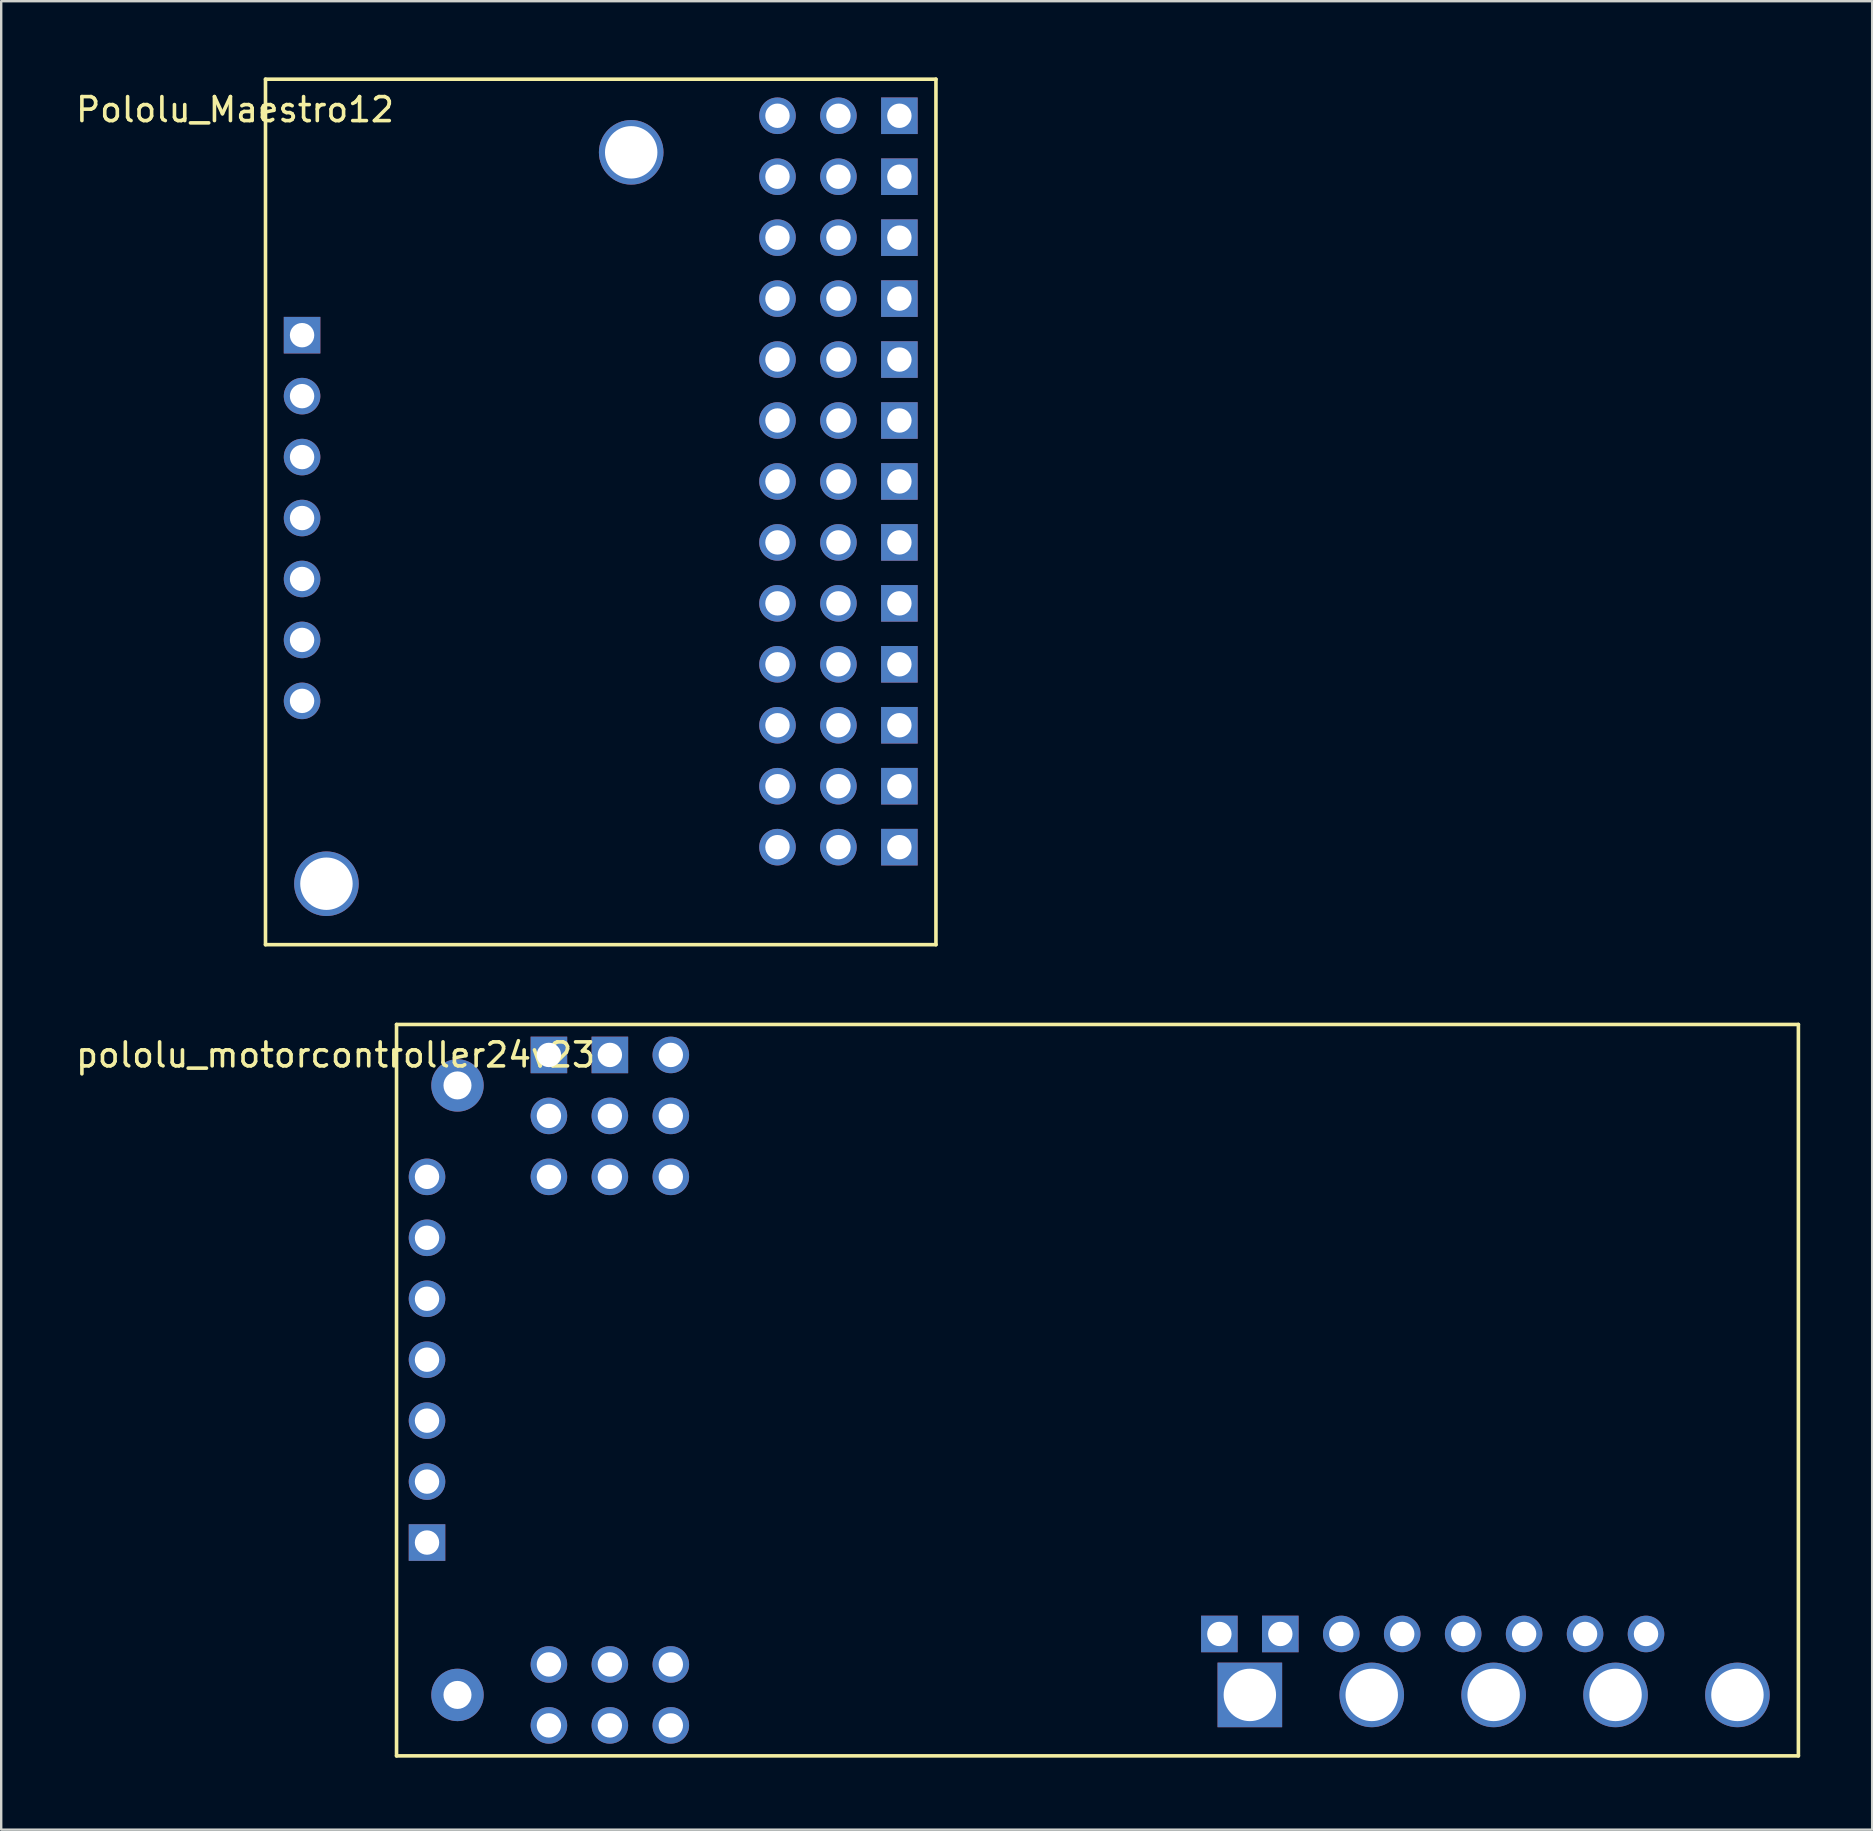
<source format=kicad_pcb>
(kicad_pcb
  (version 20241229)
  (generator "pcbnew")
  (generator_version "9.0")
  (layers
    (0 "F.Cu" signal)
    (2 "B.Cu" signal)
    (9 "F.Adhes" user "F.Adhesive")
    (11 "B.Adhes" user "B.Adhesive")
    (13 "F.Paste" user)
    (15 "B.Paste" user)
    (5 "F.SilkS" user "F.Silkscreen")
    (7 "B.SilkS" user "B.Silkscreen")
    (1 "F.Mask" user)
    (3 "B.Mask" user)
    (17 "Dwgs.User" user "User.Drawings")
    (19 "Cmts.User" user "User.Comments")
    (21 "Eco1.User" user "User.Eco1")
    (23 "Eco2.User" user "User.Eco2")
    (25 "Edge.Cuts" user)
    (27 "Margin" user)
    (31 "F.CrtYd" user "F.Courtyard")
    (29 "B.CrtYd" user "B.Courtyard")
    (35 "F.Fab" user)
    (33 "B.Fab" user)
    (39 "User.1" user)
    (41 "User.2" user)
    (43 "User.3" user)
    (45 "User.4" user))
  (footprint "Pololu_Maestro12"
    (layer "F.Cu")
    (at 8.014 0.25)
    (property "Reference" "Pololu_Maestro12" (at -1.27 1.27 0) (layer "F.SilkS") (effects (font (size 1 1) (thickness 0.15))))
    (attr through_hole)
    (fp_line (start 0 0) (end 0 36.068) (stroke (width 0.15) (type solid)) (layer "F.SilkS"))
    (fp_line (start 0 0) (end 27.94 0) (stroke (width 0.15) (type solid)) (layer "F.SilkS"))
    (fp_line (start 0 36.068) (end 27.94 36.068) (stroke (width 0.15) (type solid)) (layer "F.SilkS"))
    (fp_line (start 27.94 0) (end 27.94 36.068) (stroke (width 0.15) (type solid)) (layer "F.SilkS"))
    (pad "" np_thru_hole circle (at 2.54 33.528) (size 2.692 2.692) (drill 2.184) (layers "*.Cu" "*.Mask"))
    (pad "" np_thru_hole circle (at 15.24 3.048) (size 2.692 2.692) (drill 2.184) (layers "*.Cu" "*.Mask"))
    (pad "" thru_hole circle (at 23.876 1.524) (size 1.524 1.524) (drill 1.016) (layers "*.Cu" "*.Mask"))
    (pad "" thru_hole circle (at 23.876 4.064) (size 1.524 1.524) (drill 1.016) (layers "*.Cu" "*.Mask"))
    (pad "" thru_hole circle (at 23.876 6.604) (size 1.524 1.524) (drill 1.016) (layers "*.Cu" "*.Mask"))
    (pad "" thru_hole circle (at 23.876 9.144) (size 1.524 1.524) (drill 1.016) (layers "*.Cu" "*.Mask"))
    (pad "" thru_hole circle (at 23.876 11.684) (size 1.524 1.524) (drill 1.016) (layers "*.Cu" "*.Mask"))
    (pad "" thru_hole circle (at 23.876 14.224) (size 1.524 1.524) (drill 1.016) (layers "*.Cu" "*.Mask"))
    (pad "" thru_hole circle (at 23.876 16.764) (size 1.524 1.524) (drill 1.016) (layers "*.Cu" "*.Mask"))
    (pad "" thru_hole circle (at 23.876 19.304) (size 1.524 1.524) (drill 1.016) (layers "*.Cu" "*.Mask"))
    (pad "" thru_hole circle (at 23.876 21.844) (size 1.524 1.524) (drill 1.016) (layers "*.Cu" "*.Mask"))
    (pad "" thru_hole circle (at 23.876 24.384) (size 1.524 1.524) (drill 1.016) (layers "*.Cu" "*.Mask"))
    (pad "" thru_hole circle (at 23.876 26.924) (size 1.524 1.524) (drill 1.016) (layers "*.Cu" "*.Mask"))
    (pad "" thru_hole circle (at 23.876 29.464) (size 1.524 1.524) (drill 1.016) (layers "*.Cu" "*.Mask"))
    (pad "" thru_hole circle (at 23.876 32.004) (size 1.524 1.524) (drill 1.016) (layers "*.Cu" "*.Mask"))
    (pad "1" thru_hole circle (at 1.524 13.208) (size 1.524 1.524) (drill 1.016) (layers "*.Cu" "*.Mask"))
    (pad "3" thru_hole circle (at 21.336 16.764) (size 1.524 1.524) (drill 1.016) (layers "*.Cu" "*.Mask"))
    (pad "4" thru_hole circle (at 1.524 15.748) (size 1.524 1.524) (drill 1.016) (layers "*.Cu" "*.Mask"))
    (pad "5" thru_hole circle (at 1.524 18.288) (size 1.524 1.524) (drill 1.016) (layers "*.Cu" "*.Mask"))
    (pad "6" thru_hole circle (at 1.524 20.828) (size 1.524 1.524) (drill 1.016) (layers "*.Cu" "*.Mask"))
    (pad "7" thru_hole circle (at 1.524 23.368) (size 1.524 1.524) (drill 1.016) (layers "*.Cu" "*.Mask"))
    (pad "8" thru_hole circle (at 1.524 25.908) (size 1.524 1.524) (drill 1.016) (layers "*.Cu" "*.Mask"))
    (pad "9" thru_hole rect (at 26.416 1.524) (size 1.524 1.524) (drill 1.016) (layers "*.Cu" "*.Mask"))
    (pad "9" thru_hole rect (at 26.416 4.064) (size 1.524 1.524) (drill 1.016) (layers "*.Cu" "*.Mask"))
    (pad "9" thru_hole rect (at 26.416 6.604) (size 1.524 1.524) (drill 1.016) (layers "*.Cu" "*.Mask"))
    (pad "9" thru_hole rect (at 26.416 9.144) (size 1.524 1.524) (drill 1.016) (layers "*.Cu" "*.Mask"))
    (pad "9" thru_hole rect (at 26.416 11.684) (size 1.524 1.524) (drill 1.016) (layers "*.Cu" "*.Mask"))
    (pad "9" thru_hole rect (at 26.416 14.224) (size 1.524 1.524) (drill 1.016) (layers "*.Cu" "*.Mask"))
    (pad "9" thru_hole rect (at 26.416 16.764) (size 1.524 1.524) (drill 1.016) (layers "*.Cu" "*.Mask"))
    (pad "9" thru_hole rect (at 26.416 19.304) (size 1.524 1.524) (drill 1.016) (layers "*.Cu" "*.Mask"))
    (pad "9" thru_hole rect (at 26.416 21.844) (size 1.524 1.524) (drill 1.016) (layers "*.Cu" "*.Mask"))
    (pad "9" thru_hole rect (at 26.416 24.384) (size 1.524 1.524) (drill 1.016) (layers "*.Cu" "*.Mask"))
    (pad "9" thru_hole rect (at 26.416 26.924) (size 1.524 1.524) (drill 1.016) (layers "*.Cu" "*.Mask"))
    (pad "9" thru_hole rect (at 26.416 29.464) (size 1.524 1.524) (drill 1.016) (layers "*.Cu" "*.Mask"))
    (pad "9" thru_hole rect (at 26.416 32.004) (size 1.524 1.524) (drill 1.016) (layers "*.Cu" "*.Mask"))
    (pad "10" thru_hole rect (at 1.524 10.668) (size 1.524 1.524) (drill 1.016) (layers "*.Cu" "*.Mask"))
    (pad "11" thru_hole circle (at 21.336 1.524) (size 1.524 1.524) (drill 1.016) (layers "*.Cu" "*.Mask"))
    (pad "12" thru_hole circle (at 21.336 4.064) (size 1.524 1.524) (drill 1.016) (layers "*.Cu" "*.Mask"))
    (pad "13" thru_hole circle (at 21.336 6.604) (size 1.524 1.524) (drill 1.016) (layers "*.Cu" "*.Mask"))
    (pad "14" thru_hole circle (at 21.336 9.144) (size 1.524 1.524) (drill 1.016) (layers "*.Cu" "*.Mask"))
    (pad "15" thru_hole circle (at 21.336 11.684) (size 1.524 1.524) (drill 1.016) (layers "*.Cu" "*.Mask"))
    (pad "16" thru_hole circle (at 21.336 14.224) (size 1.524 1.524) (drill 1.016) (layers "*.Cu" "*.Mask"))
    (pad "17" thru_hole circle (at 21.336 19.304) (size 1.524 1.524) (drill 1.016) (layers "*.Cu" "*.Mask"))
    (pad "18" thru_hole circle (at 21.336 21.844) (size 1.524 1.524) (drill 1.016) (layers "*.Cu" "*.Mask"))
    (pad "19" thru_hole circle (at 21.336 24.384) (size 1.524 1.524) (drill 1.016) (layers "*.Cu" "*.Mask"))
    (pad "20" thru_hole circle (at 21.336 26.924) (size 1.524 1.524) (drill 1.016) (layers "*.Cu" "*.Mask"))
    (pad "21" thru_hole circle (at 21.336 29.464) (size 1.524 1.524) (drill 1.016) (layers "*.Cu" "*.Mask"))
    (pad "22" thru_hole circle (at 21.336 32.004) (size 1.524 1.524) (drill 1.016) (layers "*.Cu" "*.Mask")))
  (footprint "pololu_motorcontroller24v23"
    (layer "F.Cu")
    (at 13.475 39.643)
    (property "Reference" "pololu_motorcontroller24v23" (at -2.54 1.27 0) (layer "F.SilkS") (effects (font (size 1 1) (thickness 0.15))))
    (attr through_hole)
    (fp_line (start 0 0) (end 0 30.48) (stroke (width 0.15) (type solid)) (layer "F.SilkS"))
    (fp_line (start 0 0) (end 58.42 0) (stroke (width 0.15) (type solid)) (layer "F.SilkS"))
    (fp_line (start 0 30.48) (end 58.42 30.48) (stroke (width 0.15) (type solid)) (layer "F.SilkS"))
    (fp_line (start 58.42 0) (end 58.42 30.48) (stroke (width 0.15) (type solid)) (layer "F.SilkS"))
    (pad "" thru_hole circle (at 1.27 6.35) (size 1.524 1.524) (drill 1.016) (layers "*.Cu" "*.Mask"))
    (pad "" thru_hole circle (at 1.27 8.89) (size 1.524 1.524) (drill 1.016) (layers "*.Cu" "*.Mask"))
    (pad "" thru_hole circle (at 1.27 11.43) (size 1.524 1.524) (drill 1.016) (layers "*.Cu" "*.Mask"))
    (pad "" thru_hole circle (at 1.27 13.97) (size 1.524 1.524) (drill 1.016) (layers "*.Cu" "*.Mask"))
    (pad "" thru_hole circle (at 1.27 16.51) (size 1.524 1.524) (drill 1.016) (layers "*.Cu" "*.Mask"))
    (pad "" thru_hole circle (at 1.27 19.05) (size 1.524 1.524) (drill 1.016) (layers "*.Cu" "*.Mask"))
    (pad "" thru_hole rect (at 1.27 21.59) (size 1.524 1.524) (drill 1.016) (layers "*.Cu" "*.Mask"))
    (pad "" thru_hole circle (at 2.54 2.54 90) (size 2.184 2.184) (drill 1.168) (layers "*.Cu" "*.Mask"))
    (pad "" thru_hole circle (at 2.54 27.94 90) (size 2.184 2.184) (drill 1.168) (layers "*.Cu" "*.Mask"))
    (pad "" thru_hole rect (at 6.35 1.27) (size 1.524 1.524) (drill 1.016) (layers "*.Cu" "*.Mask"))
    (pad "" thru_hole circle (at 6.35 3.81) (size 1.524 1.524) (drill 1.016) (layers "*.Cu" "*.Mask"))
    (pad "" thru_hole circle (at 6.35 6.35) (size 1.524 1.524) (drill 1.016) (layers "*.Cu" "*.Mask"))
    (pad "" thru_hole circle (at 6.35 26.67) (size 1.524 1.524) (drill 1.016) (layers "*.Cu" "*.Mask"))
    (pad "" thru_hole circle (at 6.35 29.21) (size 1.524 1.524) (drill 1.016) (layers "*.Cu" "*.Mask"))
    (pad "" thru_hole rect (at 8.89 1.27) (size 1.524 1.524) (drill 1.016) (layers "*.Cu" "*.Mask"))
    (pad "" thru_hole circle (at 8.89 3.81) (size 1.524 1.524) (drill 1.016) (layers "*.Cu" "*.Mask"))
    (pad "" thru_hole circle (at 8.89 6.35) (size 1.524 1.524) (drill 1.016) (layers "*.Cu" "*.Mask"))
    (pad "" thru_hole circle (at 8.89 26.67) (size 1.524 1.524) (drill 1.016) (layers "*.Cu" "*.Mask"))
    (pad "" thru_hole circle (at 8.89 29.21) (size 1.524 1.524) (drill 1.016) (layers "*.Cu" "*.Mask"))
    (pad "" thru_hole circle (at 11.43 1.27) (size 1.524 1.524) (drill 1.016) (layers "*.Cu" "*.Mask"))
    (pad "" thru_hole circle (at 11.43 3.81) (size 1.524 1.524) (drill 1.016) (layers "*.Cu" "*.Mask"))
    (pad "" thru_hole circle (at 11.43 6.35) (size 1.524 1.524) (drill 1.016) (layers "*.Cu" "*.Mask"))
    (pad "" thru_hole circle (at 11.43 26.67) (size 1.524 1.524) (drill 1.016) (layers "*.Cu" "*.Mask"))
    (pad "" thru_hole circle (at 11.43 29.21) (size 1.524 1.524) (drill 1.016) (layers "*.Cu" "*.Mask"))
    (pad "" thru_hole rect (at 34.29 25.4) (size 1.524 1.524) (drill 1.016) (layers "*.Cu" "*.Mask"))
    (pad "" thru_hole rect (at 35.56 27.94 90) (size 2.692 2.692) (drill 2.184) (layers "*.Cu" "*.Mask"))
    (pad "" thru_hole rect (at 36.83 25.4) (size 1.524 1.524) (drill 1.016) (layers "*.Cu" "*.Mask"))
    (pad "" thru_hole circle (at 39.37 25.4) (size 1.524 1.524) (drill 1.016) (layers "*.Cu" "*.Mask"))
    (pad "" thru_hole circle (at 40.64 27.94 90) (size 2.692 2.692) (drill 2.184) (layers "*.Cu" "*.Paste" "*.Mask"))
    (pad "" thru_hole circle (at 41.91 25.4) (size 1.524 1.524) (drill 1.016) (layers "*.Cu" "*.Mask"))
    (pad "" thru_hole circle (at 44.45 25.4) (size 1.524 1.524) (drill 1.016) (layers "*.Cu" "*.Mask"))
    (pad "" thru_hole circle (at 45.72 27.94 90) (size 2.692 2.692) (drill 2.184) (layers "*.Cu" "*.Mask"))
    (pad "" thru_hole circle (at 46.99 25.4) (size 1.524 1.524) (drill 1.016) (layers "*.Cu" "*.Mask"))
    (pad "" thru_hole circle (at 49.53 25.4) (size 1.524 1.524) (drill 1.016) (layers "*.Cu" "*.Mask"))
    (pad "" thru_hole circle (at 50.8 27.94 90) (size 2.692 2.692) (drill 2.184) (layers "*.Cu" "*.Mask"))
    (pad "" thru_hole circle (at 52.07 25.4) (size 1.524 1.524) (drill 1.016) (layers "*.Cu" "*.Mask"))
    (pad "" thru_hole circle (at 55.88 27.94 90) (size 2.692 2.692) (drill 2.184) (layers "*.Cu" "*.Mask")))
  (gr_rect
    (start -3 -3)
    (end 74.97 73.198)
    (stroke (width 0.1) (type default))
    (fill no)
    (layer "Edge.Cuts")))
</source>
